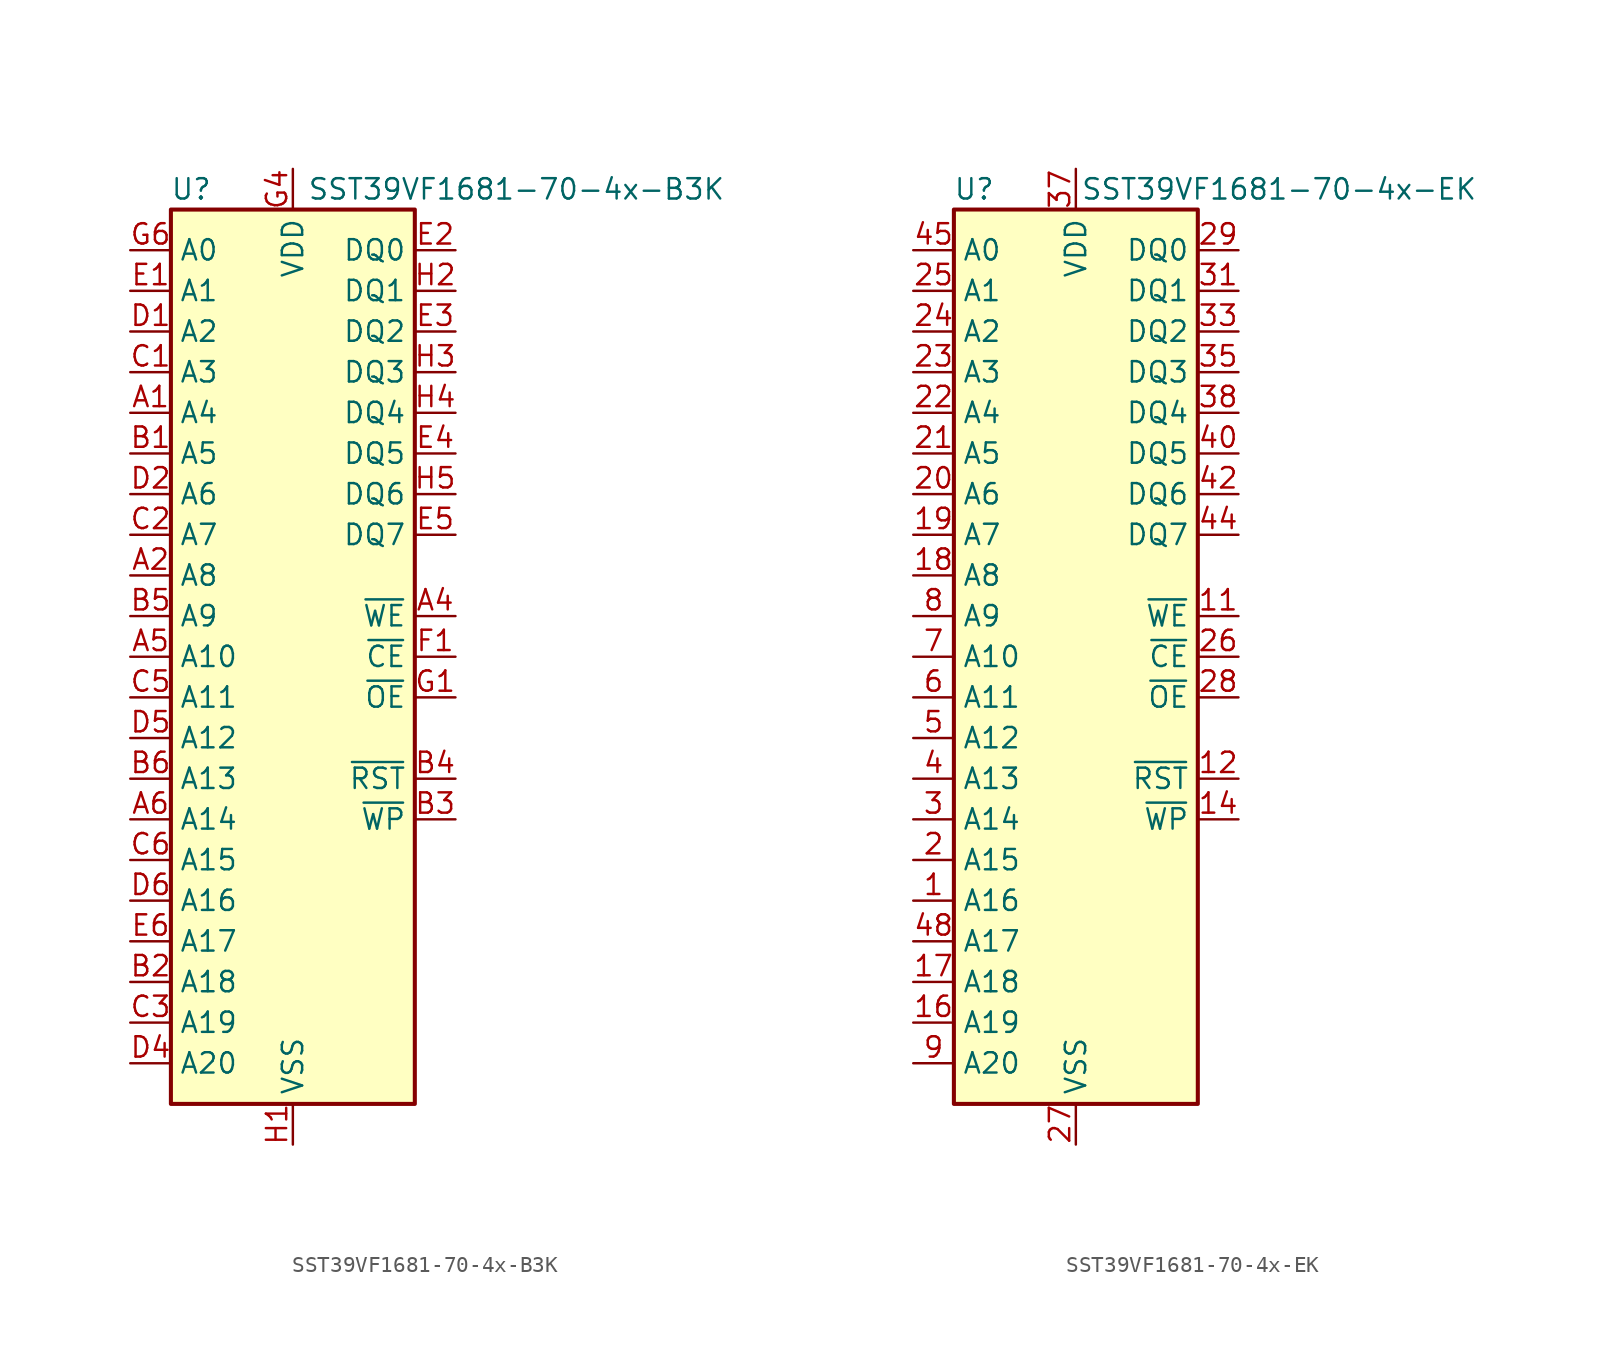
<source format=kicad_sym>
(kicad_symbol_lib
  (version 20241209)
  (generator "kicad_symbol_editor")
  (generator_version "9.0")
  (symbol "SST39VF1681-70-4x-B3K"
    (property "Reference" "U"
      (at -6.35 29.21 0)
      (effects (font (size 1.27 1.27))))
    (property "Value" "SST39VF1681-70-4x-B3K"
      (at 13.97 29.21 0)
      (effects (font (size 1.27 1.27))))
    (symbol "SST39VF1681-70-4x-B3K_0_1"
      (rectangle (start -7.62 27.94) (end 7.62 -27.94) (stroke (width 0.254) (type default)) (fill (type background))))
    (symbol "SST39VF1681-70-4x-B3K_1_1"
      (pin input line (at -10.16 25.4 0) (length 2.54) (name "A0" (effects (font (size 1.27 1.27)))) (number "G6" (effects (font (size 1.27 1.27)))))
      (pin input line (at -10.16 22.86 0) (length 2.54) (name "A1" (effects (font (size 1.27 1.27)))) (number "E1" (effects (font (size 1.27 1.27)))))
      (pin input line (at -10.16 20.32 0) (length 2.54) (name "A2" (effects (font (size 1.27 1.27)))) (number "D1" (effects (font (size 1.27 1.27)))))
      (pin input line (at -10.16 17.78 0) (length 2.54) (name "A3" (effects (font (size 1.27 1.27)))) (number "C1" (effects (font (size 1.27 1.27)))))
      (pin input line (at -10.16 15.24 0) (length 2.54) (name "A4" (effects (font (size 1.27 1.27)))) (number "A1" (effects (font (size 1.27 1.27)))))
      (pin input line (at -10.16 12.7 0) (length 2.54) (name "A5" (effects (font (size 1.27 1.27)))) (number "B1" (effects (font (size 1.27 1.27)))))
      (pin input line (at -10.16 10.16 0) (length 2.54) (name "A6" (effects (font (size 1.27 1.27)))) (number "D2" (effects (font (size 1.27 1.27)))))
      (pin input line (at -10.16 7.62 0) (length 2.54) (name "A7" (effects (font (size 1.27 1.27)))) (number "C2" (effects (font (size 1.27 1.27)))))
      (pin input line (at -10.16 5.08 0) (length 2.54) (name "A8" (effects (font (size 1.27 1.27)))) (number "A2" (effects (font (size 1.27 1.27)))))
      (pin input line (at -10.16 2.54 0) (length 2.54) (name "A9" (effects (font (size 1.27 1.27)))) (number "B5" (effects (font (size 1.27 1.27)))))
      (pin input line (at -10.16 0 0) (length 2.54) (name "A10" (effects (font (size 1.27 1.27)))) (number "A5" (effects (font (size 1.27 1.27)))))
      (pin input line (at -10.16 -2.54 0) (length 2.54) (name "A11" (effects (font (size 1.27 1.27)))) (number "C5" (effects (font (size 1.27 1.27)))))
      (pin input line (at -10.16 -5.08 0) (length 2.54) (name "A12" (effects (font (size 1.27 1.27)))) (number "D5" (effects (font (size 1.27 1.27)))))
      (pin input line (at -10.16 -7.62 0) (length 2.54) (name "A13" (effects (font (size 1.27 1.27)))) (number "B6" (effects (font (size 1.27 1.27)))))
      (pin input line (at -10.16 -10.16 0) (length 2.54) (name "A14" (effects (font (size 1.27 1.27)))) (number "A6" (effects (font (size 1.27 1.27)))))
      (pin input line (at -10.16 -12.7 0) (length 2.54) (name "A15" (effects (font (size 1.27 1.27)))) (number "C6" (effects (font (size 1.27 1.27)))))
      (pin input line (at -10.16 -15.24 0) (length 2.54) (name "A16" (effects (font (size 1.27 1.27)))) (number "D6" (effects (font (size 1.27 1.27)))))
      (pin input line (at -10.16 -17.78 0) (length 2.54) (name "A17" (effects (font (size 1.27 1.27)))) (number "E6" (effects (font (size 1.27 1.27)))))
      (pin input line (at -10.16 -20.32 0) (length 2.54) (name "A18" (effects (font (size 1.27 1.27)))) (number "B2" (effects (font (size 1.27 1.27)))))
      (pin input line (at -10.16 -22.86 0) (length 2.54) (name "A19" (effects (font (size 1.27 1.27)))) (number "C3" (effects (font (size 1.27 1.27)))))
      (pin input line (at -10.16 -25.4 0) (length 2.54) (name "A20" (effects (font (size 1.27 1.27)))) (number "D4" (effects (font (size 1.27 1.27)))))
      (pin no_connect line (at -2.54 27.94 270) (length 2.54) (hide yes) (name "NC" (effects (font (size 1.27 1.27)))) (number "G2" (effects (font (size 1.27 1.27)))))
      (pin no_connect line (at -2.54 -27.94 90) (length 2.54) (hide yes) (name "NC" (effects (font (size 1.27 1.27)))) (number "G5" (effects (font (size 1.27 1.27)))))
      (pin power_in line (at 0 30.48 270) (length 2.54) (name "VDD" (effects (font (size 1.27 1.27)))) (number "G4" (effects (font (size 1.27 1.27)))))
      (pin power_in line (at 0 -30.48 90) (length 2.54) (name "VSS" (effects (font (size 1.27 1.27)))) (number "H1" (effects (font (size 1.27 1.27)))))
      (pin passive line (at 0 -30.48 90) (length 2.54) (hide yes) (name "VSS" (effects (font (size 1.27 1.27)))) (number "H6" (effects (font (size 1.27 1.27)))))
      (pin no_connect line (at 2.54 27.94 270) (length 2.54) (hide yes) (name "NC" (effects (font (size 1.27 1.27)))) (number "G3" (effects (font (size 1.27 1.27)))))
      (pin no_connect line (at 7.62 5.08 180) (length 2.54) (hide yes) (name "NC" (effects (font (size 1.27 1.27)))) (number "A3" (effects (font (size 1.27 1.27)))))
      (pin no_connect line (at 7.62 -5.08 180) (length 2.54) (hide yes) (name "NC" (effects (font (size 1.27 1.27)))) (number "C4" (effects (font (size 1.27 1.27)))))
      (pin no_connect line (at 7.62 -12.7 180) (length 2.54) (hide yes) (name "NC" (effects (font (size 1.27 1.27)))) (number "D3" (effects (font (size 1.27 1.27)))))
      (pin no_connect line (at 7.62 -15.24 180) (length 2.54) (hide yes) (name "NC" (effects (font (size 1.27 1.27)))) (number "F2" (effects (font (size 1.27 1.27)))))
      (pin no_connect line (at 7.62 -17.78 180) (length 2.54) (hide yes) (name "NC" (effects (font (size 1.27 1.27)))) (number "F3" (effects (font (size 1.27 1.27)))))
      (pin no_connect line (at 7.62 -20.32 180) (length 2.54) (hide yes) (name "NC" (effects (font (size 1.27 1.27)))) (number "F4" (effects (font (size 1.27 1.27)))))
      (pin no_connect line (at 7.62 -22.86 180) (length 2.54) (hide yes) (name "NC" (effects (font (size 1.27 1.27)))) (number "F5" (effects (font (size 1.27 1.27)))))
      (pin no_connect line (at 7.62 -25.4 180) (length 2.54) (hide yes) (name "NC" (effects (font (size 1.27 1.27)))) (number "F6" (effects (font (size 1.27 1.27)))))
      (pin input line (at 10.16 25.4 180) (length 2.54) (name "DQ0" (effects (font (size 1.27 1.27)))) (number "E2" (effects (font (size 1.27 1.27)))))
      (pin input line (at 10.16 22.86 180) (length 2.54) (name "DQ1" (effects (font (size 1.27 1.27)))) (number "H2" (effects (font (size 1.27 1.27)))))
      (pin input line (at 10.16 20.32 180) (length 2.54) (name "DQ2" (effects (font (size 1.27 1.27)))) (number "E3" (effects (font (size 1.27 1.27)))))
      (pin input line (at 10.16 17.78 180) (length 2.54) (name "DQ3" (effects (font (size 1.27 1.27)))) (number "H3" (effects (font (size 1.27 1.27)))))
      (pin input line (at 10.16 15.24 180) (length 2.54) (name "DQ4" (effects (font (size 1.27 1.27)))) (number "H4" (effects (font (size 1.27 1.27)))))
      (pin input line (at 10.16 12.7 180) (length 2.54) (name "DQ5" (effects (font (size 1.27 1.27)))) (number "E4" (effects (font (size 1.27 1.27)))))
      (pin input line (at 10.16 10.16 180) (length 2.54) (name "DQ6" (effects (font (size 1.27 1.27)))) (number "H5" (effects (font (size 1.27 1.27)))))
      (pin input line (at 10.16 7.62 180) (length 2.54) (name "DQ7" (effects (font (size 1.27 1.27)))) (number "E5" (effects (font (size 1.27 1.27)))))
      (pin input line (at 10.16 2.54 180) (length 2.54) (name "~{WE}" (effects (font (size 1.27 1.27)))) (number "A4" (effects (font (size 1.27 1.27)))))
      (pin input line (at 10.16 0 180) (length 2.54) (name "~{CE}" (effects (font (size 1.27 1.27)))) (number "F1" (effects (font (size 1.27 1.27)))))
      (pin input line (at 10.16 -2.54 180) (length 2.54) (name "~{OE}" (effects (font (size 1.27 1.27)))) (number "G1" (effects (font (size 1.27 1.27)))))
      (pin input line (at 10.16 -7.62 180) (length 2.54) (name "~{RST}" (effects (font (size 1.27 1.27)))) (number "B4" (effects (font (size 1.27 1.27)))))
      (pin input line (at 10.16 -10.16 180) (length 2.54) (name "~{WP}" (effects (font (size 1.27 1.27)))) (number "B3" (effects (font (size 1.27 1.27)))))))
  (symbol "SST39VF1681-70-4x-EK"
    (property "Reference" "U"
      (at -6.35 29.21 0)
      (effects (font (size 1.27 1.27))))
    (property "Value" "SST39VF1681-70-4x-EK"
      (at 12.7 29.21 0)
      (effects (font (size 1.27 1.27))))
    (symbol "SST39VF1681-70-4x-EK_0_1"
      (rectangle (start -7.62 27.94) (end 7.62 -27.94) (stroke (width 0.254) (type default)) (fill (type background))))
    (symbol "SST39VF1681-70-4x-EK_1_1"
      (pin input line (at -10.16 25.4 0) (length 2.54) (name "A0" (effects (font (size 1.27 1.27)))) (number "45" (effects (font (size 1.27 1.27)))))
      (pin input line (at -10.16 22.86 0) (length 2.54) (name "A1" (effects (font (size 1.27 1.27)))) (number "25" (effects (font (size 1.27 1.27)))))
      (pin input line (at -10.16 20.32 0) (length 2.54) (name "A2" (effects (font (size 1.27 1.27)))) (number "24" (effects (font (size 1.27 1.27)))))
      (pin input line (at -10.16 17.78 0) (length 2.54) (name "A3" (effects (font (size 1.27 1.27)))) (number "23" (effects (font (size 1.27 1.27)))))
      (pin input line (at -10.16 15.24 0) (length 2.54) (name "A4" (effects (font (size 1.27 1.27)))) (number "22" (effects (font (size 1.27 1.27)))))
      (pin input line (at -10.16 12.7 0) (length 2.54) (name "A5" (effects (font (size 1.27 1.27)))) (number "21" (effects (font (size 1.27 1.27)))))
      (pin input line (at -10.16 10.16 0) (length 2.54) (name "A6" (effects (font (size 1.27 1.27)))) (number "20" (effects (font (size 1.27 1.27)))))
      (pin input line (at -10.16 7.62 0) (length 2.54) (name "A7" (effects (font (size 1.27 1.27)))) (number "19" (effects (font (size 1.27 1.27)))))
      (pin input line (at -10.16 5.08 0) (length 2.54) (name "A8" (effects (font (size 1.27 1.27)))) (number "18" (effects (font (size 1.27 1.27)))))
      (pin input line (at -10.16 2.54 0) (length 2.54) (name "A9" (effects (font (size 1.27 1.27)))) (number "8" (effects (font (size 1.27 1.27)))))
      (pin input line (at -10.16 0 0) (length 2.54) (name "A10" (effects (font (size 1.27 1.27)))) (number "7" (effects (font (size 1.27 1.27)))))
      (pin input line (at -10.16 -2.54 0) (length 2.54) (name "A11" (effects (font (size 1.27 1.27)))) (number "6" (effects (font (size 1.27 1.27)))))
      (pin input line (at -10.16 -5.08 0) (length 2.54) (name "A12" (effects (font (size 1.27 1.27)))) (number "5" (effects (font (size 1.27 1.27)))))
      (pin input line (at -10.16 -7.62 0) (length 2.54) (name "A13" (effects (font (size 1.27 1.27)))) (number "4" (effects (font (size 1.27 1.27)))))
      (pin input line (at -10.16 -10.16 0) (length 2.54) (name "A14" (effects (font (size 1.27 1.27)))) (number "3" (effects (font (size 1.27 1.27)))))
      (pin input line (at -10.16 -12.7 0) (length 2.54) (name "A15" (effects (font (size 1.27 1.27)))) (number "2" (effects (font (size 1.27 1.27)))))
      (pin input line (at -10.16 -15.24 0) (length 2.54) (name "A16" (effects (font (size 1.27 1.27)))) (number "1" (effects (font (size 1.27 1.27)))))
      (pin input line (at -10.16 -17.78 0) (length 2.54) (name "A17" (effects (font (size 1.27 1.27)))) (number "48" (effects (font (size 1.27 1.27)))))
      (pin input line (at -10.16 -20.32 0) (length 2.54) (name "A18" (effects (font (size 1.27 1.27)))) (number "17" (effects (font (size 1.27 1.27)))))
      (pin input line (at -10.16 -22.86 0) (length 2.54) (name "A19" (effects (font (size 1.27 1.27)))) (number "16" (effects (font (size 1.27 1.27)))))
      (pin input line (at -10.16 -25.4 0) (length 2.54) (name "A20" (effects (font (size 1.27 1.27)))) (number "9" (effects (font (size 1.27 1.27)))))
      (pin no_connect line (at -2.54 27.94 270) (length 2.54) (hide yes) (name "NC" (effects (font (size 1.27 1.27)))) (number "41" (effects (font (size 1.27 1.27)))))
      (pin no_connect line (at -2.54 -27.94 90) (length 2.54) (hide yes) (name "NC" (effects (font (size 1.27 1.27)))) (number "43" (effects (font (size 1.27 1.27)))))
      (pin power_in line (at 0 30.48 270) (length 2.54) (name "VDD" (effects (font (size 1.27 1.27)))) (number "37" (effects (font (size 1.27 1.27)))))
      (pin power_in line (at 0 -30.48 90) (length 2.54) (name "VSS" (effects (font (size 1.27 1.27)))) (number "27" (effects (font (size 1.27 1.27)))))
      (pin passive line (at 0 -30.48 90) (length 2.54) (hide yes) (name "VSS" (effects (font (size 1.27 1.27)))) (number "46" (effects (font (size 1.27 1.27)))))
      (pin no_connect line (at 2.54 27.94 270) (length 2.54) (hide yes) (name "NC" (effects (font (size 1.27 1.27)))) (number "47" (effects (font (size 1.27 1.27)))))
      (pin no_connect line (at 7.62 5.08 180) (length 2.54) (hide yes) (name "NC" (effects (font (size 1.27 1.27)))) (number "10" (effects (font (size 1.27 1.27)))))
      (pin no_connect line (at 7.62 -5.08 180) (length 2.54) (hide yes) (name "NC" (effects (font (size 1.27 1.27)))) (number "13" (effects (font (size 1.27 1.27)))))
      (pin no_connect line (at 7.62 -12.7 180) (length 2.54) (hide yes) (name "NC" (effects (font (size 1.27 1.27)))) (number "15" (effects (font (size 1.27 1.27)))))
      (pin no_connect line (at 7.62 -15.24 180) (length 2.54) (hide yes) (name "NC" (effects (font (size 1.27 1.27)))) (number "30" (effects (font (size 1.27 1.27)))))
      (pin no_connect line (at 7.62 -17.78 180) (length 2.54) (hide yes) (name "NC" (effects (font (size 1.27 1.27)))) (number "32" (effects (font (size 1.27 1.27)))))
      (pin no_connect line (at 7.62 -20.32 180) (length 2.54) (hide yes) (name "NC" (effects (font (size 1.27 1.27)))) (number "34" (effects (font (size 1.27 1.27)))))
      (pin no_connect line (at 7.62 -22.86 180) (length 2.54) (hide yes) (name "NC" (effects (font (size 1.27 1.27)))) (number "36" (effects (font (size 1.27 1.27)))))
      (pin no_connect line (at 7.62 -25.4 180) (length 2.54) (hide yes) (name "NC" (effects (font (size 1.27 1.27)))) (number "39" (effects (font (size 1.27 1.27)))))
      (pin input line (at 10.16 25.4 180) (length 2.54) (name "DQ0" (effects (font (size 1.27 1.27)))) (number "29" (effects (font (size 1.27 1.27)))))
      (pin input line (at 10.16 22.86 180) (length 2.54) (name "DQ1" (effects (font (size 1.27 1.27)))) (number "31" (effects (font (size 1.27 1.27)))))
      (pin input line (at 10.16 20.32 180) (length 2.54) (name "DQ2" (effects (font (size 1.27 1.27)))) (number "33" (effects (font (size 1.27 1.27)))))
      (pin input line (at 10.16 17.78 180) (length 2.54) (name "DQ3" (effects (font (size 1.27 1.27)))) (number "35" (effects (font (size 1.27 1.27)))))
      (pin input line (at 10.16 15.24 180) (length 2.54) (name "DQ4" (effects (font (size 1.27 1.27)))) (number "38" (effects (font (size 1.27 1.27)))))
      (pin input line (at 10.16 12.7 180) (length 2.54) (name "DQ5" (effects (font (size 1.27 1.27)))) (number "40" (effects (font (size 1.27 1.27)))))
      (pin input line (at 10.16 10.16 180) (length 2.54) (name "DQ6" (effects (font (size 1.27 1.27)))) (number "42" (effects (font (size 1.27 1.27)))))
      (pin input line (at 10.16 7.62 180) (length 2.54) (name "DQ7" (effects (font (size 1.27 1.27)))) (number "44" (effects (font (size 1.27 1.27)))))
      (pin input line (at 10.16 2.54 180) (length 2.54) (name "~{WE}" (effects (font (size 1.27 1.27)))) (number "11" (effects (font (size 1.27 1.27)))))
      (pin input line (at 10.16 0 180) (length 2.54) (name "~{CE}" (effects (font (size 1.27 1.27)))) (number "26" (effects (font (size 1.27 1.27)))))
      (pin input line (at 10.16 -2.54 180) (length 2.54) (name "~{OE}" (effects (font (size 1.27 1.27)))) (number "28" (effects (font (size 1.27 1.27)))))
      (pin input line (at 10.16 -7.62 180) (length 2.54) (name "~{RST}" (effects (font (size 1.27 1.27)))) (number "12" (effects (font (size 1.27 1.27)))))
      (pin input line (at 10.16 -10.16 180) (length 2.54) (name "~{WP}" (effects (font (size 1.27 1.27)))) (number "14" (effects (font (size 1.27 1.27))))))))
</source>
